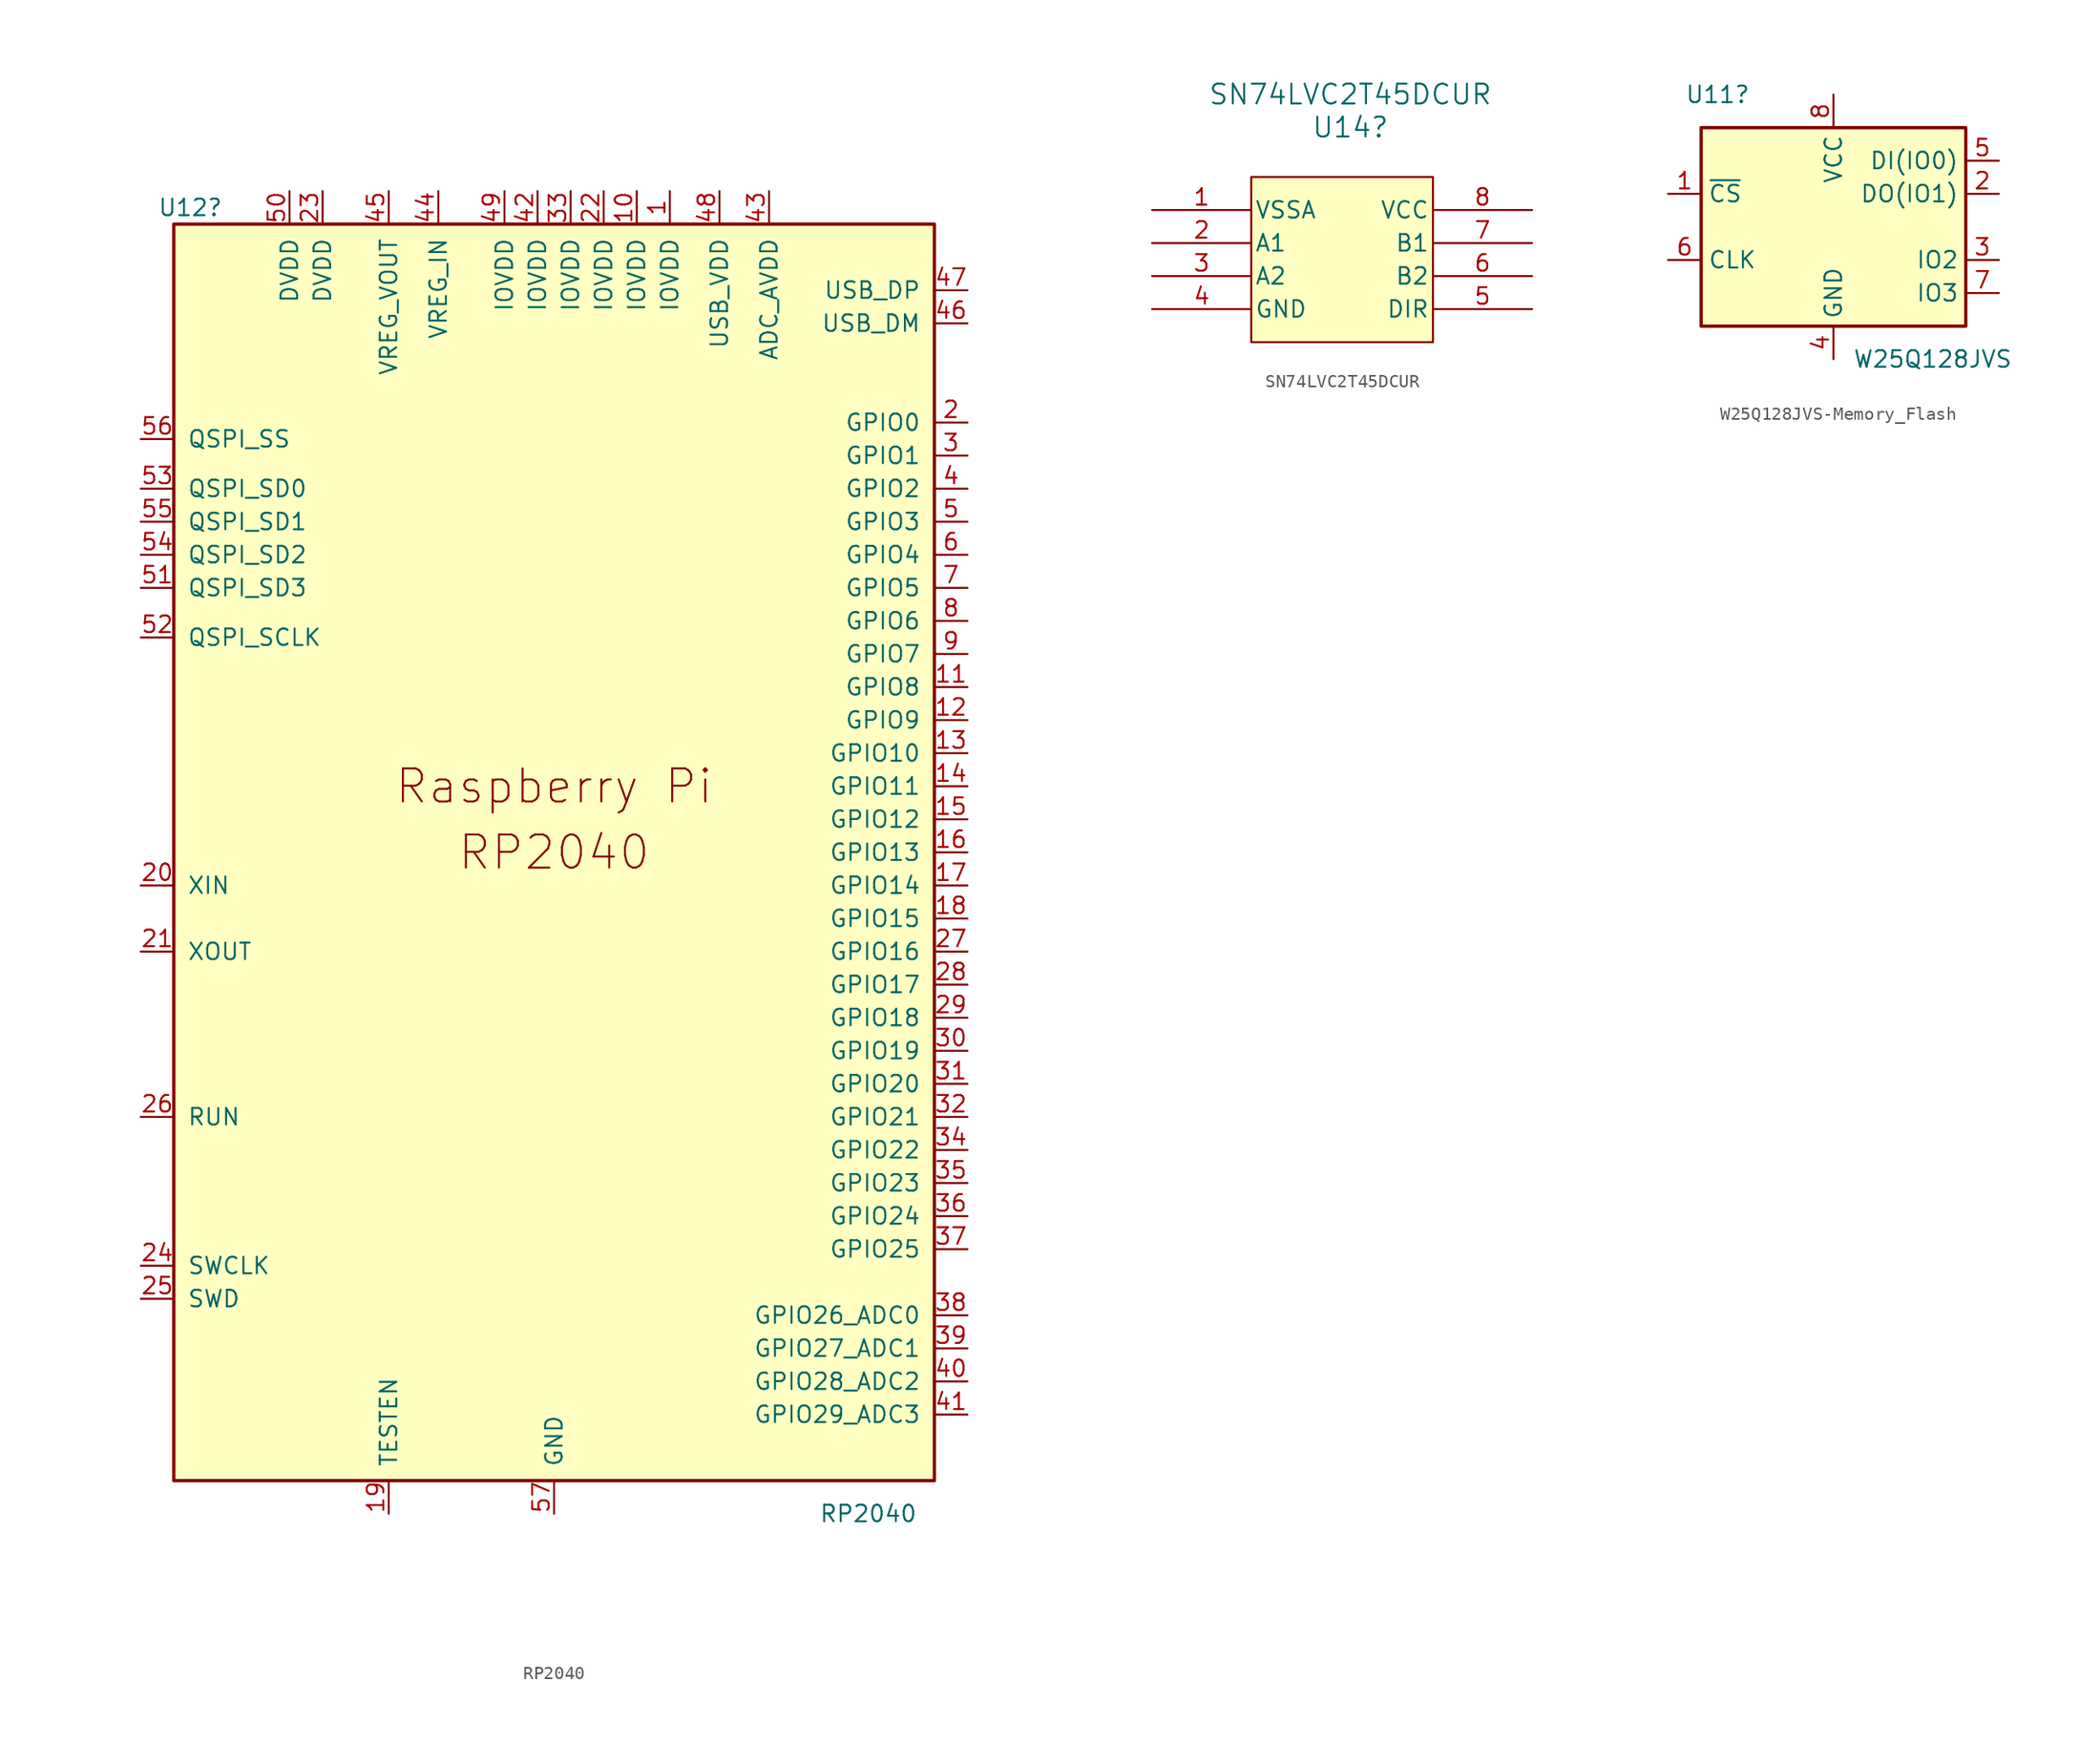
<source format=kicad_sym>
(kicad_symbol_lib
  (version 20220914)
  (generator kicad_symbol_editor)
  (symbol "RP2040"
    (pin_names
      (offset 1.016))
    (property "Reference" "U12"
      (at -27.94 49.53 0)
      (effects (font (size 1.27 1.27))))
    (property "Value" "RP2040"
      (at 24.13 -50.8 0)
      (effects (font (size 1.27 1.27))))
    (symbol "RP2040_0_0"
      (text "Raspberry Pi" (at 0 5.08 0) (effects (font (size 2.54 2.54))))
      (text "RP2040" (at 0 0 0) (effects (font (size 2.54 2.54)))))
    (symbol "RP2040_0_1"
      (rectangle (start 29.21 48.26) (end -29.21 -48.26) (stroke (width 0.254) (type solid)) (fill (type background))))
    (symbol "RP2040_1_1"
      (pin power_in line (at 8.89 50.8 270) (length 2.54) (name "IOVDD" (effects (font (size 1.27 1.27)))) (number "1" (effects (font (size 1.27 1.27)))))
      (pin power_in line (at 6.35 50.8 270) (length 2.54) (name "IOVDD" (effects (font (size 1.27 1.27)))) (number "10" (effects (font (size 1.27 1.27)))))
      (pin bidirectional line (at 31.75 12.7 180) (length 2.54) (name "GPIO8" (effects (font (size 1.27 1.27)))) (number "11" (effects (font (size 1.27 1.27)))))
      (pin bidirectional line (at 31.75 10.16 180) (length 2.54) (name "GPIO9" (effects (font (size 1.27 1.27)))) (number "12" (effects (font (size 1.27 1.27)))))
      (pin bidirectional line (at 31.75 7.62 180) (length 2.54) (name "GPIO10" (effects (font (size 1.27 1.27)))) (number "13" (effects (font (size 1.27 1.27)))))
      (pin bidirectional line (at 31.75 5.08 180) (length 2.54) (name "GPIO11" (effects (font (size 1.27 1.27)))) (number "14" (effects (font (size 1.27 1.27)))))
      (pin bidirectional line (at 31.75 2.54 180) (length 2.54) (name "GPIO12" (effects (font (size 1.27 1.27)))) (number "15" (effects (font (size 1.27 1.27)))))
      (pin bidirectional line (at 31.75 0 180) (length 2.54) (name "GPIO13" (effects (font (size 1.27 1.27)))) (number "16" (effects (font (size 1.27 1.27)))))
      (pin bidirectional line (at 31.75 -2.54 180) (length 2.54) (name "GPIO14" (effects (font (size 1.27 1.27)))) (number "17" (effects (font (size 1.27 1.27)))))
      (pin bidirectional line (at 31.75 -5.08 180) (length 2.54) (name "GPIO15" (effects (font (size 1.27 1.27)))) (number "18" (effects (font (size 1.27 1.27)))))
      (pin passive line (at -12.7 -50.8 90) (length 2.54) (name "TESTEN" (effects (font (size 1.27 1.27)))) (number "19" (effects (font (size 1.27 1.27)))))
      (pin bidirectional line (at 31.75 33.02 180) (length 2.54) (name "GPIO0" (effects (font (size 1.27 1.27)))) (number "2" (effects (font (size 1.27 1.27)))))
      (pin input line (at -31.75 -2.54 0) (length 2.54) (name "XIN" (effects (font (size 1.27 1.27)))) (number "20" (effects (font (size 1.27 1.27)))))
      (pin passive line (at -31.75 -7.62 0) (length 2.54) (name "XOUT" (effects (font (size 1.27 1.27)))) (number "21" (effects (font (size 1.27 1.27)))))
      (pin power_in line (at 3.81 50.8 270) (length 2.54) (name "IOVDD" (effects (font (size 1.27 1.27)))) (number "22" (effects (font (size 1.27 1.27)))))
      (pin power_in line (at -17.78 50.8 270) (length 2.54) (name "DVDD" (effects (font (size 1.27 1.27)))) (number "23" (effects (font (size 1.27 1.27)))))
      (pin output line (at -31.75 -31.75 0) (length 2.54) (name "SWCLK" (effects (font (size 1.27 1.27)))) (number "24" (effects (font (size 1.27 1.27)))))
      (pin bidirectional line (at -31.75 -34.29 0) (length 2.54) (name "SWD" (effects (font (size 1.27 1.27)))) (number "25" (effects (font (size 1.27 1.27)))))
      (pin input line (at -31.75 -20.32 0) (length 2.54) (name "RUN" (effects (font (size 1.27 1.27)))) (number "26" (effects (font (size 1.27 1.27)))))
      (pin bidirectional line (at 31.75 -7.62 180) (length 2.54) (name "GPIO16" (effects (font (size 1.27 1.27)))) (number "27" (effects (font (size 1.27 1.27)))))
      (pin bidirectional line (at 31.75 -10.16 180) (length 2.54) (name "GPIO17" (effects (font (size 1.27 1.27)))) (number "28" (effects (font (size 1.27 1.27)))))
      (pin bidirectional line (at 31.75 -12.7 180) (length 2.54) (name "GPIO18" (effects (font (size 1.27 1.27)))) (number "29" (effects (font (size 1.27 1.27)))))
      (pin bidirectional line (at 31.75 30.48 180) (length 2.54) (name "GPIO1" (effects (font (size 1.27 1.27)))) (number "3" (effects (font (size 1.27 1.27)))))
      (pin bidirectional line (at 31.75 -15.24 180) (length 2.54) (name "GPIO19" (effects (font (size 1.27 1.27)))) (number "30" (effects (font (size 1.27 1.27)))))
      (pin bidirectional line (at 31.75 -17.78 180) (length 2.54) (name "GPIO20" (effects (font (size 1.27 1.27)))) (number "31" (effects (font (size 1.27 1.27)))))
      (pin bidirectional line (at 31.75 -20.32 180) (length 2.54) (name "GPIO21" (effects (font (size 1.27 1.27)))) (number "32" (effects (font (size 1.27 1.27)))))
      (pin power_in line (at 1.27 50.8 270) (length 2.54) (name "IOVDD" (effects (font (size 1.27 1.27)))) (number "33" (effects (font (size 1.27 1.27)))))
      (pin bidirectional line (at 31.75 -22.86 180) (length 2.54) (name "GPIO22" (effects (font (size 1.27 1.27)))) (number "34" (effects (font (size 1.27 1.27)))))
      (pin bidirectional line (at 31.75 -25.4 180) (length 2.54) (name "GPIO23" (effects (font (size 1.27 1.27)))) (number "35" (effects (font (size 1.27 1.27)))))
      (pin bidirectional line (at 31.75 -27.94 180) (length 2.54) (name "GPIO24" (effects (font (size 1.27 1.27)))) (number "36" (effects (font (size 1.27 1.27)))))
      (pin bidirectional line (at 31.75 -30.48 180) (length 2.54) (name "GPIO25" (effects (font (size 1.27 1.27)))) (number "37" (effects (font (size 1.27 1.27)))))
      (pin bidirectional line (at 31.75 -35.56 180) (length 2.54) (name "GPIO26_ADC0" (effects (font (size 1.27 1.27)))) (number "38" (effects (font (size 1.27 1.27)))))
      (pin bidirectional line (at 31.75 -38.1 180) (length 2.54) (name "GPIO27_ADC1" (effects (font (size 1.27 1.27)))) (number "39" (effects (font (size 1.27 1.27)))))
      (pin bidirectional line (at 31.75 27.94 180) (length 2.54) (name "GPIO2" (effects (font (size 1.27 1.27)))) (number "4" (effects (font (size 1.27 1.27)))))
      (pin bidirectional line (at 31.75 -40.64 180) (length 2.54) (name "GPIO28_ADC2" (effects (font (size 1.27 1.27)))) (number "40" (effects (font (size 1.27 1.27)))))
      (pin bidirectional line (at 31.75 -43.18 180) (length 2.54) (name "GPIO29_ADC3" (effects (font (size 1.27 1.27)))) (number "41" (effects (font (size 1.27 1.27)))))
      (pin power_in line (at -1.27 50.8 270) (length 2.54) (name "IOVDD" (effects (font (size 1.27 1.27)))) (number "42" (effects (font (size 1.27 1.27)))))
      (pin power_in line (at 16.51 50.8 270) (length 2.54) (name "ADC_AVDD" (effects (font (size 1.27 1.27)))) (number "43" (effects (font (size 1.27 1.27)))))
      (pin power_in line (at -8.89 50.8 270) (length 2.54) (name "VREG_IN" (effects (font (size 1.27 1.27)))) (number "44" (effects (font (size 1.27 1.27)))))
      (pin power_out line (at -12.7 50.8 270) (length 2.54) (name "VREG_VOUT" (effects (font (size 1.27 1.27)))) (number "45" (effects (font (size 1.27 1.27)))))
      (pin bidirectional line (at 31.75 40.64 180) (length 2.54) (name "USB_DM" (effects (font (size 1.27 1.27)))) (number "46" (effects (font (size 1.27 1.27)))))
      (pin bidirectional line (at 31.75 43.18 180) (length 2.54) (name "USB_DP" (effects (font (size 1.27 1.27)))) (number "47" (effects (font (size 1.27 1.27)))))
      (pin power_in line (at 12.7 50.8 270) (length 2.54) (name "USB_VDD" (effects (font (size 1.27 1.27)))) (number "48" (effects (font (size 1.27 1.27)))))
      (pin power_in line (at -3.81 50.8 270) (length 2.54) (name "IOVDD" (effects (font (size 1.27 1.27)))) (number "49" (effects (font (size 1.27 1.27)))))
      (pin bidirectional line (at 31.75 25.4 180) (length 2.54) (name "GPIO3" (effects (font (size 1.27 1.27)))) (number "5" (effects (font (size 1.27 1.27)))))
      (pin power_in line (at -20.32 50.8 270) (length 2.54) (name "DVDD" (effects (font (size 1.27 1.27)))) (number "50" (effects (font (size 1.27 1.27)))))
      (pin bidirectional line (at -31.75 20.32 0) (length 2.54) (name "QSPI_SD3" (effects (font (size 1.27 1.27)))) (number "51" (effects (font (size 1.27 1.27)))))
      (pin output line (at -31.75 16.51 0) (length 2.54) (name "QSPI_SCLK" (effects (font (size 1.27 1.27)))) (number "52" (effects (font (size 1.27 1.27)))))
      (pin bidirectional line (at -31.75 27.94 0) (length 2.54) (name "QSPI_SD0" (effects (font (size 1.27 1.27)))) (number "53" (effects (font (size 1.27 1.27)))))
      (pin bidirectional line (at -31.75 22.86 0) (length 2.54) (name "QSPI_SD2" (effects (font (size 1.27 1.27)))) (number "54" (effects (font (size 1.27 1.27)))))
      (pin bidirectional line (at -31.75 25.4 0) (length 2.54) (name "QSPI_SD1" (effects (font (size 1.27 1.27)))) (number "55" (effects (font (size 1.27 1.27)))))
      (pin bidirectional line (at -31.75 31.75 0) (length 2.54) (name "QSPI_SS" (effects (font (size 1.27 1.27)))) (number "56" (effects (font (size 1.27 1.27)))))
      (pin power_in line (at 0 -50.8 90) (length 2.54) (name "GND" (effects (font (size 1.27 1.27)))) (number "57" (effects (font (size 1.27 1.27)))))
      (pin bidirectional line (at 31.75 22.86 180) (length 2.54) (name "GPIO4" (effects (font (size 1.27 1.27)))) (number "6" (effects (font (size 1.27 1.27)))))
      (pin bidirectional line (at 31.75 20.32 180) (length 2.54) (name "GPIO5" (effects (font (size 1.27 1.27)))) (number "7" (effects (font (size 1.27 1.27)))))
      (pin bidirectional line (at 31.75 17.78 180) (length 2.54) (name "GPIO6" (effects (font (size 1.27 1.27)))) (number "8" (effects (font (size 1.27 1.27)))))
      (pin bidirectional line (at 31.75 15.24 180) (length 2.54) (name "GPIO7" (effects (font (size 1.27 1.27)))) (number "9" (effects (font (size 1.27 1.27)))))))
  (symbol "SN74LVC2T45DCUR"
    (pin_names
      (offset 0.254))
    (property "Reference" "U14"
      (at 0 10.16 0)
      (effects (font (size 1.524 1.524))))
    (property "Value" "SN74LVC2T45DCUR"
      (at 0 12.7 0)
      (effects (font (size 1.524 1.524))))
    (property "ki_locked" ""
      (at 0 0 0)
      (effects (font (size 1.27 1.27))))
    (symbol "SN74LVC2T45DCUR_0_1"
      (pin power_in line (at -15.24 3.81 0) (length 7.62) (name "VSSA" (effects (font (size 1.27 1.27)))) (number "1" (effects (font (size 1.27 1.27)))))
      (pin power_in line (at -15.24 -3.81 0) (length 7.62) (name "GND" (effects (font (size 1.27 1.27)))) (number "4" (effects (font (size 1.27 1.27)))))
      (pin input line (at 13.97 -3.81 180) (length 7.62) (name "DIR" (effects (font (size 1.27 1.27)))) (number "5" (effects (font (size 1.27 1.27)))))
      (pin power_in line (at 13.97 3.81 180) (length 7.62) (name "VCC" (effects (font (size 1.27 1.27)))) (number "8" (effects (font (size 1.27 1.27))))))
    (symbol "SN74LVC2T45DCUR_1_1"
      (rectangle (start -7.62 6.35) (end 6.35 -6.35) (stroke (width 0) (type default)) (fill (type background)))
      (pin bidirectional line (at -15.24 1.27 0) (length 7.62) (name "A1" (effects (font (size 1.27 1.27)))) (number "2" (effects (font (size 1.27 1.27)))))
      (pin bidirectional line (at -15.24 -1.27 0) (length 7.62) (name "A2" (effects (font (size 1.27 1.27)))) (number "3" (effects (font (size 1.27 1.27)))))
      (pin bidirectional line (at 13.97 -1.27 180) (length 7.62) (name "B2" (effects (font (size 1.27 1.27)))) (number "6" (effects (font (size 1.27 1.27)))))
      (pin bidirectional line (at 13.97 1.27 180) (length 7.62) (name "B1" (effects (font (size 1.27 1.27)))) (number "7" (effects (font (size 1.27 1.27)))))))
  (symbol "W25Q128JVS-Memory_Flash"
    (property "Reference" "U11"
      (at -8.89 10.16 0)
      (effects (font (size 1.27 1.27))))
    (property "Value" "W25Q128JVS"
      (at 7.62 -10.16 0)
      (effects (font (size 1.27 1.27))))
    (symbol "W25Q128JVS-Memory_Flash_0_1"
      (rectangle (start -10.16 7.62) (end 10.16 -7.62) (stroke (width 0.254) (type solid)) (fill (type background))))
    (symbol "W25Q128JVS-Memory_Flash_1_1"
      (pin input line (at -12.7 2.54 0) (length 2.54) (name "~{CS}" (effects (font (size 1.27 1.27)))) (number "1" (effects (font (size 1.27 1.27)))))
      (pin bidirectional line (at 12.7 2.54 180) (length 2.54) (name "DO(IO1)" (effects (font (size 1.27 1.27)))) (number "2" (effects (font (size 1.27 1.27)))))
      (pin bidirectional line (at 12.7 -2.54 180) (length 2.54) (name "IO2" (effects (font (size 1.27 1.27)))) (number "3" (effects (font (size 1.27 1.27)))))
      (pin power_in line (at 0 -10.16 90) (length 2.54) (name "GND" (effects (font (size 1.27 1.27)))) (number "4" (effects (font (size 1.27 1.27)))))
      (pin bidirectional line (at 12.7 5.08 180) (length 2.54) (name "DI(IO0)" (effects (font (size 1.27 1.27)))) (number "5" (effects (font (size 1.27 1.27)))))
      (pin input line (at -12.7 -2.54 0) (length 2.54) (name "CLK" (effects (font (size 1.27 1.27)))) (number "6" (effects (font (size 1.27 1.27)))))
      (pin bidirectional line (at 12.7 -5.08 180) (length 2.54) (name "IO3" (effects (font (size 1.27 1.27)))) (number "7" (effects (font (size 1.27 1.27)))))
      (pin power_in line (at 0 10.16 270) (length 2.54) (name "VCC" (effects (font (size 1.27 1.27)))) (number "8" (effects (font (size 1.27 1.27))))))))
</source>
